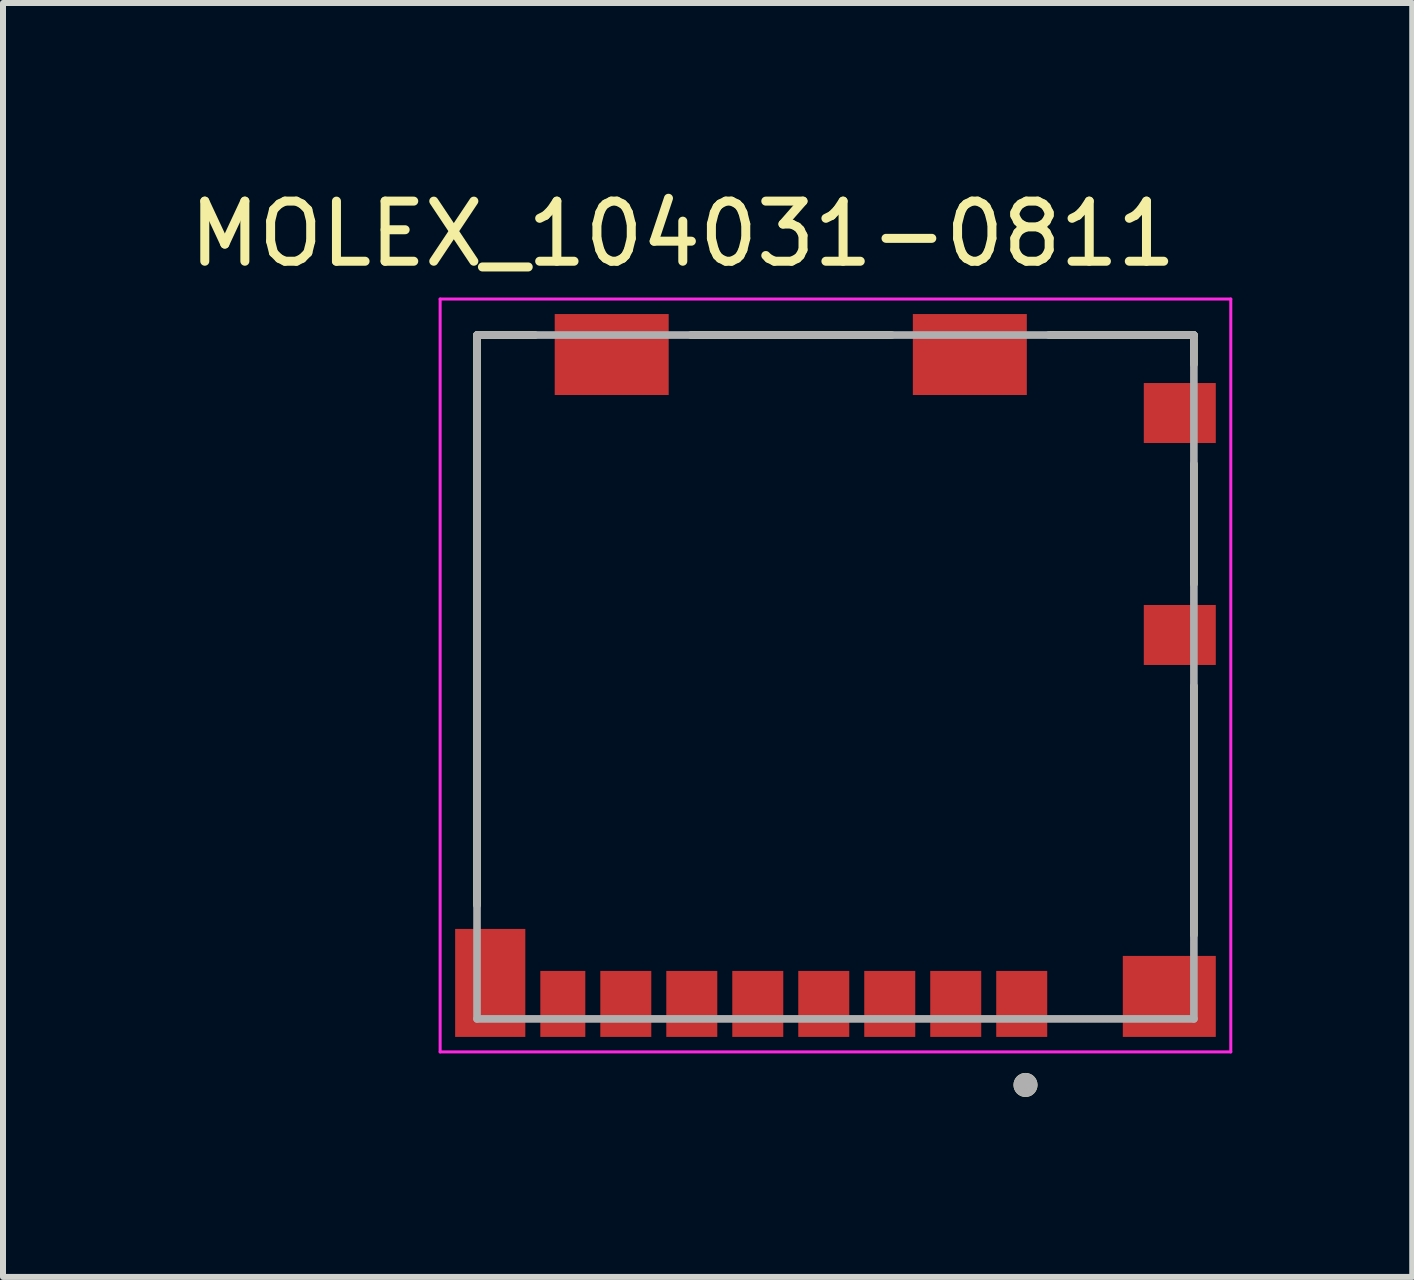
<source format=kicad_pcb>
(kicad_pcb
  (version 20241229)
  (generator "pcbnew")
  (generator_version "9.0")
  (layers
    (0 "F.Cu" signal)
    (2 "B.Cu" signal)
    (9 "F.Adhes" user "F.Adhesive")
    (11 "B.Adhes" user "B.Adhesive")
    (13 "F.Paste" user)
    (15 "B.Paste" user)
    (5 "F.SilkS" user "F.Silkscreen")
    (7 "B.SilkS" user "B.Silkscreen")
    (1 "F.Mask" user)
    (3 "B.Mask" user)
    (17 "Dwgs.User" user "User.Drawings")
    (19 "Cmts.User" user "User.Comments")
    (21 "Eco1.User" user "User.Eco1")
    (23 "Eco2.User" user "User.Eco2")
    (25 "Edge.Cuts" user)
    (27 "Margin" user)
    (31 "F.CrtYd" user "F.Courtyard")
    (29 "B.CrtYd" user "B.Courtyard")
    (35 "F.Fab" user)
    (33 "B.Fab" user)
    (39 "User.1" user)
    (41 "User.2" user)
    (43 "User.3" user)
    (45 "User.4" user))
  (footprint "MOLEX_104031-0811"
    (layer "F.Cu")
    (at 10.877 8.235)
    (property "Reference" "MOLEX_104031-0811" (at -2.545 -7.386 0) (layer "F.SilkS") (effects (font (size 1.002 1.002) (thickness 0.15))))
    (attr through_hole)
    (fp_line (start -5.975 -5.7) (end -5.975 3.806) (stroke (width 0.127) (type solid)) (layer "F.SilkS"))
    (fp_line (start -5.003 -5.7) (end -5.975 -5.7) (stroke (width 0.127) (type solid)) (layer "F.SilkS"))
    (fp_line (start 0.939 -5.7) (end -2.413 -5.7) (stroke (width 0.127) (type solid)) (layer "F.SilkS"))
    (fp_line (start 3.556 -5.7) (end 5.975 -5.7) (stroke (width 0.127) (type solid)) (layer "F.SilkS"))
    (fp_line (start 5.975 -5.7) (end 5.975 -5.211) (stroke (width 0.127) (type solid)) (layer "F.SilkS"))
    (fp_line (start 5.975 -3.55) (end 5.975 -1.55) (stroke (width 0.127) (type solid)) (layer "F.SilkS"))
    (fp_line (start 5.975 0.15) (end 5.975 4.3) (stroke (width 0.127) (type solid)) (layer "F.SilkS"))
    (fp_circle (center 3.168 6.801) (end 3.268 6.801) (stroke (width 0.2) (type solid)) (fill no) (layer "F.SilkS"))
    (fp_line (start -6.59 -6.3) (end -6.59 6.25) (stroke (width 0.05) (type solid)) (layer "F.CrtYd"))
    (fp_line (start -6.59 6.25) (end 6.59 6.25) (stroke (width 0.05) (type solid)) (layer "F.CrtYd"))
    (fp_line (start 6.59 -6.3) (end -6.59 -6.3) (stroke (width 0.05) (type solid)) (layer "F.CrtYd"))
    (fp_line (start 6.59 6.25) (end 6.59 -6.3) (stroke (width 0.05) (type solid)) (layer "F.CrtYd"))
    (fp_line (start -5.975 -5.7) (end 5.975 -5.7) (stroke (width 0.127) (type solid)) (layer "F.Fab"))
    (fp_line (start -5.975 5.7) (end -5.975 -5.7) (stroke (width 0.127) (type solid)) (layer "F.Fab"))
    (fp_line (start 5.975 -5.7) (end 5.975 5.7) (stroke (width 0.127) (type solid)) (layer "F.Fab"))
    (fp_line (start 5.975 5.7) (end -5.975 5.7) (stroke (width 0.127) (type solid)) (layer "F.Fab"))
    (fp_circle (center 3.168 6.801) (end 3.268 6.801) (stroke (width 0.2) (type solid)) (fill no) (layer "F.Fab"))
    (pad "1" smd rect (at 3.105 5.45) (size 0.85 1.1) (layers "F.Cu" "F.Mask" "F.Paste"))
    (pad "2" smd rect (at 2.005 5.45) (size 0.85 1.1) (layers "F.Cu" "F.Mask" "F.Paste"))
    (pad "3" smd rect (at 0.905 5.45) (size 0.85 1.1) (layers "F.Cu" "F.Mask" "F.Paste"))
    (pad "4" smd rect (at -0.195 5.45) (size 0.85 1.1) (layers "F.Cu" "F.Mask" "F.Paste"))
    (pad "5" smd rect (at -1.295 5.45) (size 0.85 1.1) (layers "F.Cu" "F.Mask" "F.Paste"))
    (pad "6" smd rect (at -2.395 5.45) (size 0.85 1.1) (layers "F.Cu" "F.Mask" "F.Paste"))
    (pad "7" smd rect (at -3.495 5.45) (size 0.85 1.1) (layers "F.Cu" "F.Mask" "F.Paste"))
    (pad "8" smd rect (at -4.545 5.45) (size 0.75 1.1) (layers "F.Cu" "F.Mask" "F.Paste"))
    (pad "9" smd rect (at 5.74 -0.7) (size 1.2 1) (layers "F.Cu" "F.Mask" "F.Paste"))
    (pad "10" smd rect (at 5.74 -4.4) (size 1.2 1) (layers "F.Cu" "F.Mask" "F.Paste"))
    (pad "G1" smd rect (at 5.565 5.325) (size 1.55 1.35) (layers "F.Cu" "F.Mask" "F.Paste"))
    (pad "G2" smd rect (at -5.755 5.1) (size 1.17 1.8) (layers "F.Cu" "F.Mask" "F.Paste"))
    (pad "G3" smd rect (at -3.73 -5.375) (size 1.9 1.35) (layers "F.Cu" "F.Mask" "F.Paste"))
    (pad "G4" smd rect (at 2.24 -5.375) (size 1.9 1.35) (layers "F.Cu" "F.Mask" "F.Paste")))
  (gr_rect
    (start -3 -3)
    (end 20.492 18.236)
    (stroke (width 0.1) (type default))
    (fill no)
    (layer "Edge.Cuts")))
</source>
